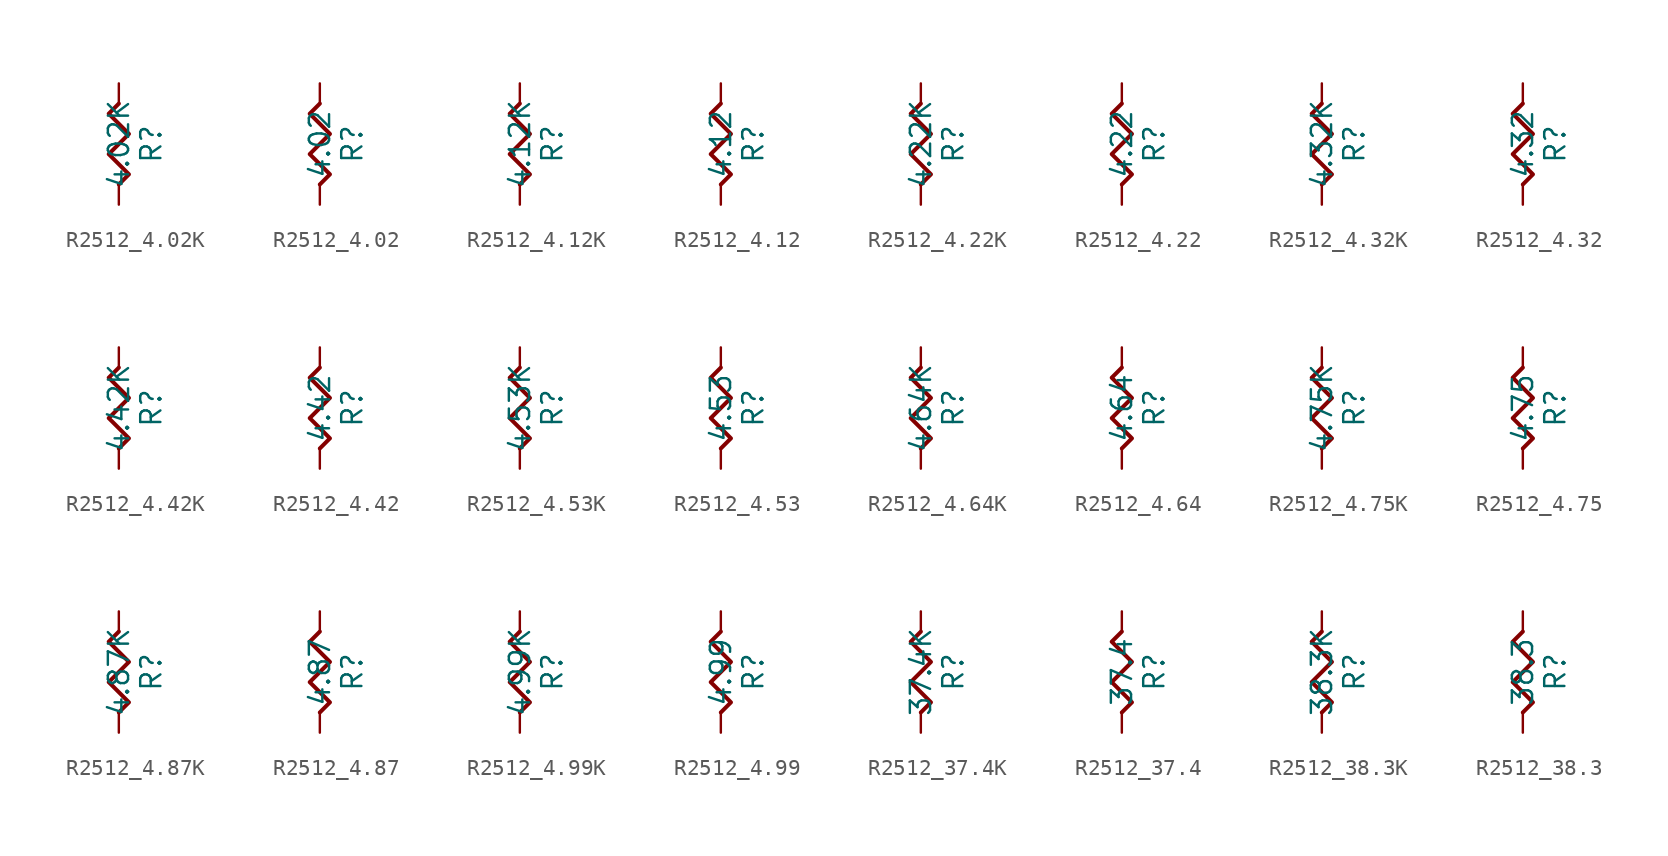
<source format=kicad_sym>
(kicad_symbol_lib
  (version 20211014)
  (generator atlantix-eda)
  (symbol "R2512_4.02K"
    (pin_numbers hide)
    (pin_names
      (offset 0))
    (property "Reference" "R"
      (at 2.032 0 90)
      (effects (font (size 1.27 1.27))))
    (property "Value" "4.02K"
      (at 0 0 90)
      (effects (font (size 1.27 1.27))))
    (symbol "R2512_4.02K_0_1"
      (polyline (pts (xy 0 -2.54) (xy 0.635 -1.905) (xy -0.635 -0.635) (xy 0.635 0.635) (xy -0.635 1.905) (xy 0 2.54)) (stroke (width 0.254) (type default) (color 0 0 0 0)) (fill (type none))))
    (symbol "R2512_4.02K_1_1"
      (pin passive line (at 0 3.81 270) (length 1.27) (name "~" (effects (font (size 1.27 1.27)))) (number "1" (effects (font (size 1.27 1.27)))))
      (pin passive line (at 0 -3.81 90) (length 1.27) (name "~" (effects (font (size 1.27 1.27)))) (number "2" (effects (font (size 1.27 1.27)))))))
  (symbol "R2512_4.02"
    (pin_numbers hide)
    (pin_names
      (offset 0))
    (property "Reference" "R"
      (at 2.032 0 90)
      (effects (font (size 1.27 1.27))))
    (property "Value" "4.02"
      (at 0 0 90)
      (effects (font (size 1.27 1.27))))
    (symbol "R2512_4.02_0_1"
      (polyline (pts (xy 0 -2.54) (xy 0.635 -1.905) (xy -0.635 -0.635) (xy 0.635 0.635) (xy -0.635 1.905) (xy 0 2.54)) (stroke (width 0.254) (type default) (color 0 0 0 0)) (fill (type none))))
    (symbol "R2512_4.02_1_1"
      (pin passive line (at 0 3.81 270) (length 1.27) (name "~" (effects (font (size 1.27 1.27)))) (number "1" (effects (font (size 1.27 1.27)))))
      (pin passive line (at 0 -3.81 90) (length 1.27) (name "~" (effects (font (size 1.27 1.27)))) (number "2" (effects (font (size 1.27 1.27)))))))
  (symbol "R2512_4.12K"
    (pin_numbers hide)
    (pin_names
      (offset 0))
    (property "Reference" "R"
      (at 2.032 0 90)
      (effects (font (size 1.27 1.27))))
    (property "Value" "4.12K"
      (at 0 0 90)
      (effects (font (size 1.27 1.27))))
    (symbol "R2512_4.12K_0_1"
      (polyline (pts (xy 0 -2.54) (xy 0.635 -1.905) (xy -0.635 -0.635) (xy 0.635 0.635) (xy -0.635 1.905) (xy 0 2.54)) (stroke (width 0.254) (type default) (color 0 0 0 0)) (fill (type none))))
    (symbol "R2512_4.12K_1_1"
      (pin passive line (at 0 3.81 270) (length 1.27) (name "~" (effects (font (size 1.27 1.27)))) (number "1" (effects (font (size 1.27 1.27)))))
      (pin passive line (at 0 -3.81 90) (length 1.27) (name "~" (effects (font (size 1.27 1.27)))) (number "2" (effects (font (size 1.27 1.27)))))))
  (symbol "R2512_4.12"
    (pin_numbers hide)
    (pin_names
      (offset 0))
    (property "Reference" "R"
      (at 2.032 0 90)
      (effects (font (size 1.27 1.27))))
    (property "Value" "4.12"
      (at 0 0 90)
      (effects (font (size 1.27 1.27))))
    (symbol "R2512_4.12_0_1"
      (polyline (pts (xy 0 -2.54) (xy 0.635 -1.905) (xy -0.635 -0.635) (xy 0.635 0.635) (xy -0.635 1.905) (xy 0 2.54)) (stroke (width 0.254) (type default) (color 0 0 0 0)) (fill (type none))))
    (symbol "R2512_4.12_1_1"
      (pin passive line (at 0 3.81 270) (length 1.27) (name "~" (effects (font (size 1.27 1.27)))) (number "1" (effects (font (size 1.27 1.27)))))
      (pin passive line (at 0 -3.81 90) (length 1.27) (name "~" (effects (font (size 1.27 1.27)))) (number "2" (effects (font (size 1.27 1.27)))))))
  (symbol "R2512_4.22K"
    (pin_numbers hide)
    (pin_names
      (offset 0))
    (property "Reference" "R"
      (at 2.032 0 90)
      (effects (font (size 1.27 1.27))))
    (property "Value" "4.22K"
      (at 0 0 90)
      (effects (font (size 1.27 1.27))))
    (symbol "R2512_4.22K_0_1"
      (polyline (pts (xy 0 -2.54) (xy 0.635 -1.905) (xy -0.635 -0.635) (xy 0.635 0.635) (xy -0.635 1.905) (xy 0 2.54)) (stroke (width 0.254) (type default) (color 0 0 0 0)) (fill (type none))))
    (symbol "R2512_4.22K_1_1"
      (pin passive line (at 0 3.81 270) (length 1.27) (name "~" (effects (font (size 1.27 1.27)))) (number "1" (effects (font (size 1.27 1.27)))))
      (pin passive line (at 0 -3.81 90) (length 1.27) (name "~" (effects (font (size 1.27 1.27)))) (number "2" (effects (font (size 1.27 1.27)))))))
  (symbol "R2512_4.22"
    (pin_numbers hide)
    (pin_names
      (offset 0))
    (property "Reference" "R"
      (at 2.032 0 90)
      (effects (font (size 1.27 1.27))))
    (property "Value" "4.22"
      (at 0 0 90)
      (effects (font (size 1.27 1.27))))
    (symbol "R2512_4.22_0_1"
      (polyline (pts (xy 0 -2.54) (xy 0.635 -1.905) (xy -0.635 -0.635) (xy 0.635 0.635) (xy -0.635 1.905) (xy 0 2.54)) (stroke (width 0.254) (type default) (color 0 0 0 0)) (fill (type none))))
    (symbol "R2512_4.22_1_1"
      (pin passive line (at 0 3.81 270) (length 1.27) (name "~" (effects (font (size 1.27 1.27)))) (number "1" (effects (font (size 1.27 1.27)))))
      (pin passive line (at 0 -3.81 90) (length 1.27) (name "~" (effects (font (size 1.27 1.27)))) (number "2" (effects (font (size 1.27 1.27)))))))
  (symbol "R2512_4.32K"
    (pin_numbers hide)
    (pin_names
      (offset 0))
    (property "Reference" "R"
      (at 2.032 0 90)
      (effects (font (size 1.27 1.27))))
    (property "Value" "4.32K"
      (at 0 0 90)
      (effects (font (size 1.27 1.27))))
    (symbol "R2512_4.32K_0_1"
      (polyline (pts (xy 0 -2.54) (xy 0.635 -1.905) (xy -0.635 -0.635) (xy 0.635 0.635) (xy -0.635 1.905) (xy 0 2.54)) (stroke (width 0.254) (type default) (color 0 0 0 0)) (fill (type none))))
    (symbol "R2512_4.32K_1_1"
      (pin passive line (at 0 3.81 270) (length 1.27) (name "~" (effects (font (size 1.27 1.27)))) (number "1" (effects (font (size 1.27 1.27)))))
      (pin passive line (at 0 -3.81 90) (length 1.27) (name "~" (effects (font (size 1.27 1.27)))) (number "2" (effects (font (size 1.27 1.27)))))))
  (symbol "R2512_4.32"
    (pin_numbers hide)
    (pin_names
      (offset 0))
    (property "Reference" "R"
      (at 2.032 0 90)
      (effects (font (size 1.27 1.27))))
    (property "Value" "4.32"
      (at 0 0 90)
      (effects (font (size 1.27 1.27))))
    (symbol "R2512_4.32_0_1"
      (polyline (pts (xy 0 -2.54) (xy 0.635 -1.905) (xy -0.635 -0.635) (xy 0.635 0.635) (xy -0.635 1.905) (xy 0 2.54)) (stroke (width 0.254) (type default) (color 0 0 0 0)) (fill (type none))))
    (symbol "R2512_4.32_1_1"
      (pin passive line (at 0 3.81 270) (length 1.27) (name "~" (effects (font (size 1.27 1.27)))) (number "1" (effects (font (size 1.27 1.27)))))
      (pin passive line (at 0 -3.81 90) (length 1.27) (name "~" (effects (font (size 1.27 1.27)))) (number "2" (effects (font (size 1.27 1.27)))))))
  (symbol "R2512_4.42K"
    (pin_numbers hide)
    (pin_names
      (offset 0))
    (property "Reference" "R"
      (at 2.032 0 90)
      (effects (font (size 1.27 1.27))))
    (property "Value" "4.42K"
      (at 0 0 90)
      (effects (font (size 1.27 1.27))))
    (symbol "R2512_4.42K_0_1"
      (polyline (pts (xy 0 -2.54) (xy 0.635 -1.905) (xy -0.635 -0.635) (xy 0.635 0.635) (xy -0.635 1.905) (xy 0 2.54)) (stroke (width 0.254) (type default) (color 0 0 0 0)) (fill (type none))))
    (symbol "R2512_4.42K_1_1"
      (pin passive line (at 0 3.81 270) (length 1.27) (name "~" (effects (font (size 1.27 1.27)))) (number "1" (effects (font (size 1.27 1.27)))))
      (pin passive line (at 0 -3.81 90) (length 1.27) (name "~" (effects (font (size 1.27 1.27)))) (number "2" (effects (font (size 1.27 1.27)))))))
  (symbol "R2512_4.42"
    (pin_numbers hide)
    (pin_names
      (offset 0))
    (property "Reference" "R"
      (at 2.032 0 90)
      (effects (font (size 1.27 1.27))))
    (property "Value" "4.42"
      (at 0 0 90)
      (effects (font (size 1.27 1.27))))
    (symbol "R2512_4.42_0_1"
      (polyline (pts (xy 0 -2.54) (xy 0.635 -1.905) (xy -0.635 -0.635) (xy 0.635 0.635) (xy -0.635 1.905) (xy 0 2.54)) (stroke (width 0.254) (type default) (color 0 0 0 0)) (fill (type none))))
    (symbol "R2512_4.42_1_1"
      (pin passive line (at 0 3.81 270) (length 1.27) (name "~" (effects (font (size 1.27 1.27)))) (number "1" (effects (font (size 1.27 1.27)))))
      (pin passive line (at 0 -3.81 90) (length 1.27) (name "~" (effects (font (size 1.27 1.27)))) (number "2" (effects (font (size 1.27 1.27)))))))
  (symbol "R2512_4.53K"
    (pin_numbers hide)
    (pin_names
      (offset 0))
    (property "Reference" "R"
      (at 2.032 0 90)
      (effects (font (size 1.27 1.27))))
    (property "Value" "4.53K"
      (at 0 0 90)
      (effects (font (size 1.27 1.27))))
    (symbol "R2512_4.53K_0_1"
      (polyline (pts (xy 0 -2.54) (xy 0.635 -1.905) (xy -0.635 -0.635) (xy 0.635 0.635) (xy -0.635 1.905) (xy 0 2.54)) (stroke (width 0.254) (type default) (color 0 0 0 0)) (fill (type none))))
    (symbol "R2512_4.53K_1_1"
      (pin passive line (at 0 3.81 270) (length 1.27) (name "~" (effects (font (size 1.27 1.27)))) (number "1" (effects (font (size 1.27 1.27)))))
      (pin passive line (at 0 -3.81 90) (length 1.27) (name "~" (effects (font (size 1.27 1.27)))) (number "2" (effects (font (size 1.27 1.27)))))))
  (symbol "R2512_4.53"
    (pin_numbers hide)
    (pin_names
      (offset 0))
    (property "Reference" "R"
      (at 2.032 0 90)
      (effects (font (size 1.27 1.27))))
    (property "Value" "4.53"
      (at 0 0 90)
      (effects (font (size 1.27 1.27))))
    (symbol "R2512_4.53_0_1"
      (polyline (pts (xy 0 -2.54) (xy 0.635 -1.905) (xy -0.635 -0.635) (xy 0.635 0.635) (xy -0.635 1.905) (xy 0 2.54)) (stroke (width 0.254) (type default) (color 0 0 0 0)) (fill (type none))))
    (symbol "R2512_4.53_1_1"
      (pin passive line (at 0 3.81 270) (length 1.27) (name "~" (effects (font (size 1.27 1.27)))) (number "1" (effects (font (size 1.27 1.27)))))
      (pin passive line (at 0 -3.81 90) (length 1.27) (name "~" (effects (font (size 1.27 1.27)))) (number "2" (effects (font (size 1.27 1.27)))))))
  (symbol "R2512_4.64K"
    (pin_numbers hide)
    (pin_names
      (offset 0))
    (property "Reference" "R"
      (at 2.032 0 90)
      (effects (font (size 1.27 1.27))))
    (property "Value" "4.64K"
      (at 0 0 90)
      (effects (font (size 1.27 1.27))))
    (symbol "R2512_4.64K_0_1"
      (polyline (pts (xy 0 -2.54) (xy 0.635 -1.905) (xy -0.635 -0.635) (xy 0.635 0.635) (xy -0.635 1.905) (xy 0 2.54)) (stroke (width 0.254) (type default) (color 0 0 0 0)) (fill (type none))))
    (symbol "R2512_4.64K_1_1"
      (pin passive line (at 0 3.81 270) (length 1.27) (name "~" (effects (font (size 1.27 1.27)))) (number "1" (effects (font (size 1.27 1.27)))))
      (pin passive line (at 0 -3.81 90) (length 1.27) (name "~" (effects (font (size 1.27 1.27)))) (number "2" (effects (font (size 1.27 1.27)))))))
  (symbol "R2512_4.64"
    (pin_numbers hide)
    (pin_names
      (offset 0))
    (property "Reference" "R"
      (at 2.032 0 90)
      (effects (font (size 1.27 1.27))))
    (property "Value" "4.64"
      (at 0 0 90)
      (effects (font (size 1.27 1.27))))
    (symbol "R2512_4.64_0_1"
      (polyline (pts (xy 0 -2.54) (xy 0.635 -1.905) (xy -0.635 -0.635) (xy 0.635 0.635) (xy -0.635 1.905) (xy 0 2.54)) (stroke (width 0.254) (type default) (color 0 0 0 0)) (fill (type none))))
    (symbol "R2512_4.64_1_1"
      (pin passive line (at 0 3.81 270) (length 1.27) (name "~" (effects (font (size 1.27 1.27)))) (number "1" (effects (font (size 1.27 1.27)))))
      (pin passive line (at 0 -3.81 90) (length 1.27) (name "~" (effects (font (size 1.27 1.27)))) (number "2" (effects (font (size 1.27 1.27)))))))
  (symbol "R2512_4.75K"
    (pin_numbers hide)
    (pin_names
      (offset 0))
    (property "Reference" "R"
      (at 2.032 0 90)
      (effects (font (size 1.27 1.27))))
    (property "Value" "4.75K"
      (at 0 0 90)
      (effects (font (size 1.27 1.27))))
    (symbol "R2512_4.75K_0_1"
      (polyline (pts (xy 0 -2.54) (xy 0.635 -1.905) (xy -0.635 -0.635) (xy 0.635 0.635) (xy -0.635 1.905) (xy 0 2.54)) (stroke (width 0.254) (type default) (color 0 0 0 0)) (fill (type none))))
    (symbol "R2512_4.75K_1_1"
      (pin passive line (at 0 3.81 270) (length 1.27) (name "~" (effects (font (size 1.27 1.27)))) (number "1" (effects (font (size 1.27 1.27)))))
      (pin passive line (at 0 -3.81 90) (length 1.27) (name "~" (effects (font (size 1.27 1.27)))) (number "2" (effects (font (size 1.27 1.27)))))))
  (symbol "R2512_4.75"
    (pin_numbers hide)
    (pin_names
      (offset 0))
    (property "Reference" "R"
      (at 2.032 0 90)
      (effects (font (size 1.27 1.27))))
    (property "Value" "4.75"
      (at 0 0 90)
      (effects (font (size 1.27 1.27))))
    (symbol "R2512_4.75_0_1"
      (polyline (pts (xy 0 -2.54) (xy 0.635 -1.905) (xy -0.635 -0.635) (xy 0.635 0.635) (xy -0.635 1.905) (xy 0 2.54)) (stroke (width 0.254) (type default) (color 0 0 0 0)) (fill (type none))))
    (symbol "R2512_4.75_1_1"
      (pin passive line (at 0 3.81 270) (length 1.27) (name "~" (effects (font (size 1.27 1.27)))) (number "1" (effects (font (size 1.27 1.27)))))
      (pin passive line (at 0 -3.81 90) (length 1.27) (name "~" (effects (font (size 1.27 1.27)))) (number "2" (effects (font (size 1.27 1.27)))))))
  (symbol "R2512_4.87K"
    (pin_numbers hide)
    (pin_names
      (offset 0))
    (property "Reference" "R"
      (at 2.032 0 90)
      (effects (font (size 1.27 1.27))))
    (property "Value" "4.87K"
      (at 0 0 90)
      (effects (font (size 1.27 1.27))))
    (symbol "R2512_4.87K_0_1"
      (polyline (pts (xy 0 -2.54) (xy 0.635 -1.905) (xy -0.635 -0.635) (xy 0.635 0.635) (xy -0.635 1.905) (xy 0 2.54)) (stroke (width 0.254) (type default) (color 0 0 0 0)) (fill (type none))))
    (symbol "R2512_4.87K_1_1"
      (pin passive line (at 0 3.81 270) (length 1.27) (name "~" (effects (font (size 1.27 1.27)))) (number "1" (effects (font (size 1.27 1.27)))))
      (pin passive line (at 0 -3.81 90) (length 1.27) (name "~" (effects (font (size 1.27 1.27)))) (number "2" (effects (font (size 1.27 1.27)))))))
  (symbol "R2512_4.87"
    (pin_numbers hide)
    (pin_names
      (offset 0))
    (property "Reference" "R"
      (at 2.032 0 90)
      (effects (font (size 1.27 1.27))))
    (property "Value" "4.87"
      (at 0 0 90)
      (effects (font (size 1.27 1.27))))
    (symbol "R2512_4.87_0_1"
      (polyline (pts (xy 0 -2.54) (xy 0.635 -1.905) (xy -0.635 -0.635) (xy 0.635 0.635) (xy -0.635 1.905) (xy 0 2.54)) (stroke (width 0.254) (type default) (color 0 0 0 0)) (fill (type none))))
    (symbol "R2512_4.87_1_1"
      (pin passive line (at 0 3.81 270) (length 1.27) (name "~" (effects (font (size 1.27 1.27)))) (number "1" (effects (font (size 1.27 1.27)))))
      (pin passive line (at 0 -3.81 90) (length 1.27) (name "~" (effects (font (size 1.27 1.27)))) (number "2" (effects (font (size 1.27 1.27)))))))
  (symbol "R2512_4.99K"
    (pin_numbers hide)
    (pin_names
      (offset 0))
    (property "Reference" "R"
      (at 2.032 0 90)
      (effects (font (size 1.27 1.27))))
    (property "Value" "4.99K"
      (at 0 0 90)
      (effects (font (size 1.27 1.27))))
    (symbol "R2512_4.99K_0_1"
      (polyline (pts (xy 0 -2.54) (xy 0.635 -1.905) (xy -0.635 -0.635) (xy 0.635 0.635) (xy -0.635 1.905) (xy 0 2.54)) (stroke (width 0.254) (type default) (color 0 0 0 0)) (fill (type none))))
    (symbol "R2512_4.99K_1_1"
      (pin passive line (at 0 3.81 270) (length 1.27) (name "~" (effects (font (size 1.27 1.27)))) (number "1" (effects (font (size 1.27 1.27)))))
      (pin passive line (at 0 -3.81 90) (length 1.27) (name "~" (effects (font (size 1.27 1.27)))) (number "2" (effects (font (size 1.27 1.27)))))))
  (symbol "R2512_4.99"
    (pin_numbers hide)
    (pin_names
      (offset 0))
    (property "Reference" "R"
      (at 2.032 0 90)
      (effects (font (size 1.27 1.27))))
    (property "Value" "4.99"
      (at 0 0 90)
      (effects (font (size 1.27 1.27))))
    (symbol "R2512_4.99_0_1"
      (polyline (pts (xy 0 -2.54) (xy 0.635 -1.905) (xy -0.635 -0.635) (xy 0.635 0.635) (xy -0.635 1.905) (xy 0 2.54)) (stroke (width 0.254) (type default) (color 0 0 0 0)) (fill (type none))))
    (symbol "R2512_4.99_1_1"
      (pin passive line (at 0 3.81 270) (length 1.27) (name "~" (effects (font (size 1.27 1.27)))) (number "1" (effects (font (size 1.27 1.27)))))
      (pin passive line (at 0 -3.81 90) (length 1.27) (name "~" (effects (font (size 1.27 1.27)))) (number "2" (effects (font (size 1.27 1.27)))))))
  (symbol "R2512_37.4K"
    (pin_numbers hide)
    (pin_names
      (offset 0))
    (property "Reference" "R"
      (at 2.032 0 90)
      (effects (font (size 1.27 1.27))))
    (property "Value" "37.4K"
      (at 0 0 90)
      (effects (font (size 1.27 1.27))))
    (symbol "R2512_37.4K_0_1"
      (polyline (pts (xy 0 -2.54) (xy 0.635 -1.905) (xy -0.635 -0.635) (xy 0.635 0.635) (xy -0.635 1.905) (xy 0 2.54)) (stroke (width 0.254) (type default) (color 0 0 0 0)) (fill (type none))))
    (symbol "R2512_37.4K_1_1"
      (pin passive line (at 0 3.81 270) (length 1.27) (name "~" (effects (font (size 1.27 1.27)))) (number "1" (effects (font (size 1.27 1.27)))))
      (pin passive line (at 0 -3.81 90) (length 1.27) (name "~" (effects (font (size 1.27 1.27)))) (number "2" (effects (font (size 1.27 1.27)))))))
  (symbol "R2512_37.4"
    (pin_numbers hide)
    (pin_names
      (offset 0))
    (property "Reference" "R"
      (at 2.032 0 90)
      (effects (font (size 1.27 1.27))))
    (property "Value" "37.4"
      (at 0 0 90)
      (effects (font (size 1.27 1.27))))
    (symbol "R2512_37.4_0_1"
      (polyline (pts (xy 0 -2.54) (xy 0.635 -1.905) (xy -0.635 -0.635) (xy 0.635 0.635) (xy -0.635 1.905) (xy 0 2.54)) (stroke (width 0.254) (type default) (color 0 0 0 0)) (fill (type none))))
    (symbol "R2512_37.4_1_1"
      (pin passive line (at 0 3.81 270) (length 1.27) (name "~" (effects (font (size 1.27 1.27)))) (number "1" (effects (font (size 1.27 1.27)))))
      (pin passive line (at 0 -3.81 90) (length 1.27) (name "~" (effects (font (size 1.27 1.27)))) (number "2" (effects (font (size 1.27 1.27)))))))
  (symbol "R2512_38.3K"
    (pin_numbers hide)
    (pin_names
      (offset 0))
    (property "Reference" "R"
      (at 2.032 0 90)
      (effects (font (size 1.27 1.27))))
    (property "Value" "38.3K"
      (at 0 0 90)
      (effects (font (size 1.27 1.27))))
    (symbol "R2512_38.3K_0_1"
      (polyline (pts (xy 0 -2.54) (xy 0.635 -1.905) (xy -0.635 -0.635) (xy 0.635 0.635) (xy -0.635 1.905) (xy 0 2.54)) (stroke (width 0.254) (type default) (color 0 0 0 0)) (fill (type none))))
    (symbol "R2512_38.3K_1_1"
      (pin passive line (at 0 3.81 270) (length 1.27) (name "~" (effects (font (size 1.27 1.27)))) (number "1" (effects (font (size 1.27 1.27)))))
      (pin passive line (at 0 -3.81 90) (length 1.27) (name "~" (effects (font (size 1.27 1.27)))) (number "2" (effects (font (size 1.27 1.27)))))))
  (symbol "R2512_38.3"
    (pin_numbers hide)
    (pin_names
      (offset 0))
    (property "Reference" "R"
      (at 2.032 0 90)
      (effects (font (size 1.27 1.27))))
    (property "Value" "38.3"
      (at 0 0 90)
      (effects (font (size 1.27 1.27))))
    (symbol "R2512_38.3_0_1"
      (polyline (pts (xy 0 -2.54) (xy 0.635 -1.905) (xy -0.635 -0.635) (xy 0.635 0.635) (xy -0.635 1.905) (xy 0 2.54)) (stroke (width 0.254) (type default) (color 0 0 0 0)) (fill (type none))))
    (symbol "R2512_38.3_1_1"
      (pin passive line (at 0 3.81 270) (length 1.27) (name "~" (effects (font (size 1.27 1.27)))) (number "1" (effects (font (size 1.27 1.27)))))
      (pin passive line (at 0 -3.81 90) (length 1.27) (name "~" (effects (font (size 1.27 1.27)))) (number "2" (effects (font (size 1.27 1.27))))))))
</source>
